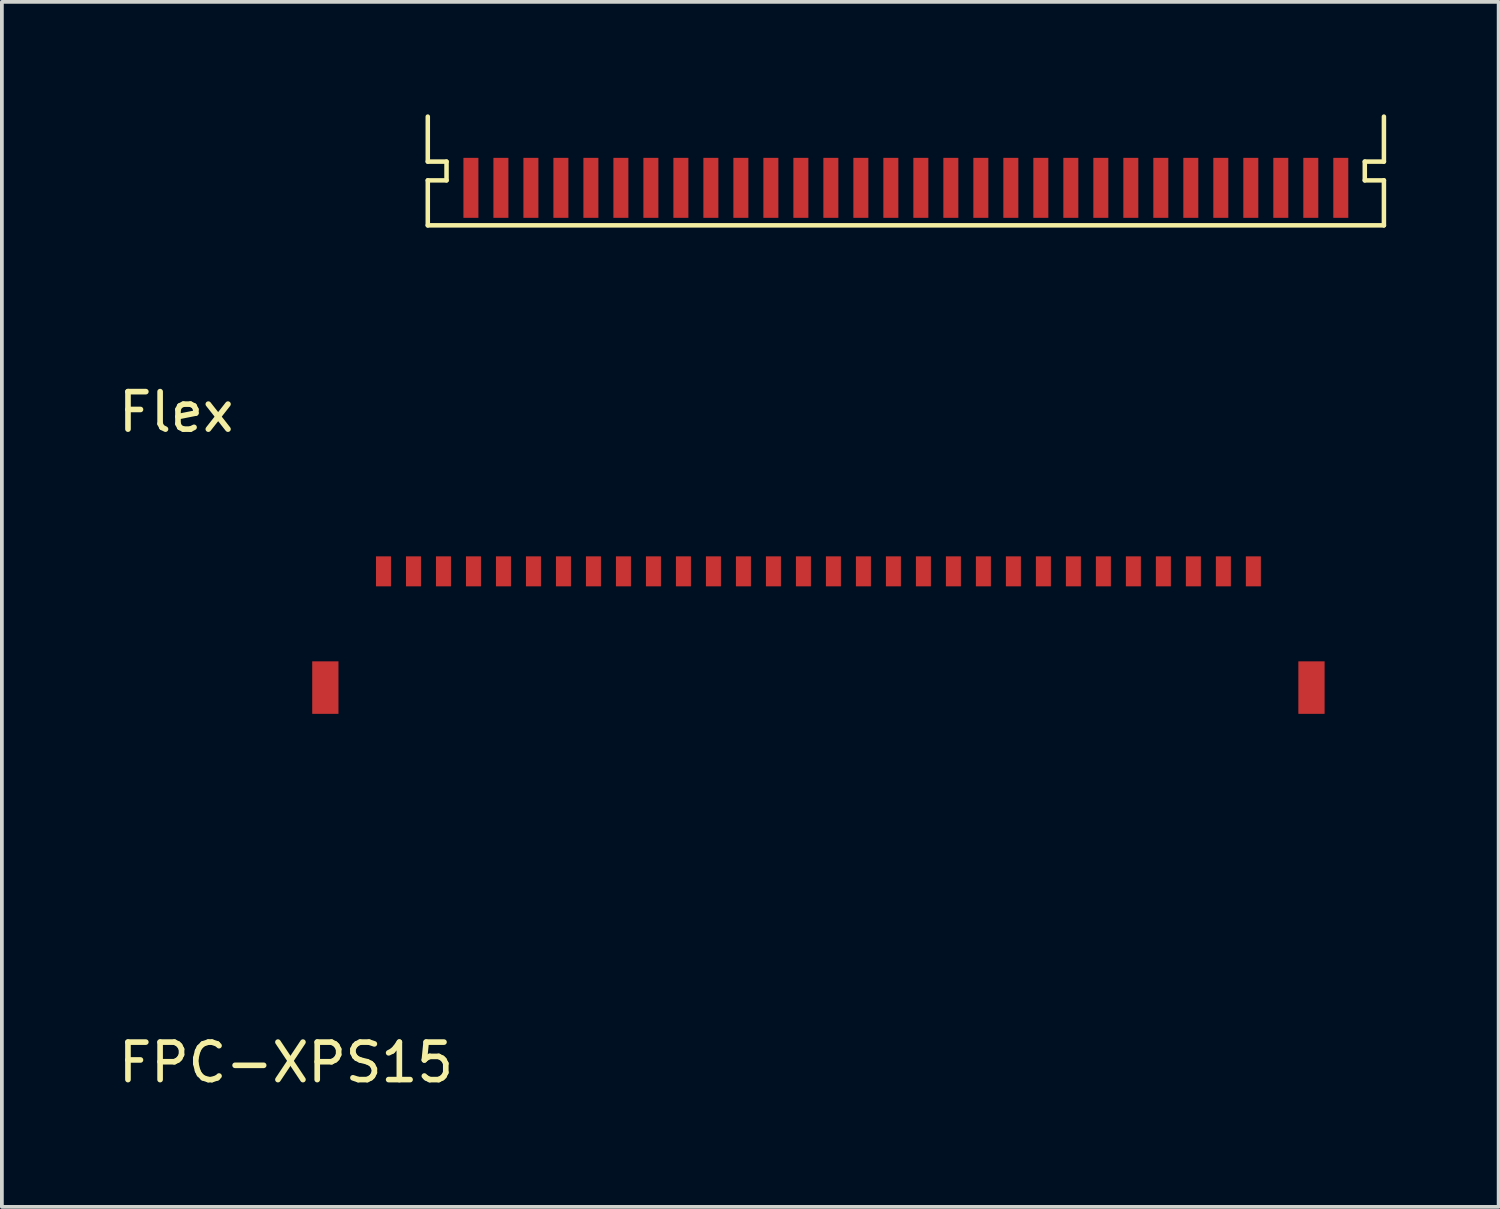
<source format=kicad_pcb>
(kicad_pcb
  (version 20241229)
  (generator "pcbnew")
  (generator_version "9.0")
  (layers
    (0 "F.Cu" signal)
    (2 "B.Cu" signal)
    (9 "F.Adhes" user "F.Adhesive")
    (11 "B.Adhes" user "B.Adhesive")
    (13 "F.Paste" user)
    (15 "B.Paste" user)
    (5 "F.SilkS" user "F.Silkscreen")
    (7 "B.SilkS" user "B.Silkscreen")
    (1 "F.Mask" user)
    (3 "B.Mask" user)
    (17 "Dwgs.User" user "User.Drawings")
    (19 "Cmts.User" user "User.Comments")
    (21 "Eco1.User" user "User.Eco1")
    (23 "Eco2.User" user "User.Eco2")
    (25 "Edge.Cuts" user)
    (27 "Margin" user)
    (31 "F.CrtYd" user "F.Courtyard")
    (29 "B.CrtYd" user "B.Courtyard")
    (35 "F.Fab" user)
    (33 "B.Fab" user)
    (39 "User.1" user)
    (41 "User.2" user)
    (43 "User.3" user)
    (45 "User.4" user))
  (footprint "Flex"
    (layer "F.Cu")
    (at 9.309 2.76)
    (property "Reference" "Flex" (at -7.66 5.18 0) (layer "F.SilkS") (effects (font (size 1 1) (thickness 0.15))))
    (attr through_hole)
    (fp_line (start -0.95 -1.5) (end -0.95 -2.7) (stroke (width 0.12) (type solid)) (layer "F.SilkS"))
    (fp_line (start -0.95 0.2) (end -0.95 -1) (stroke (width 0.12) (type solid)) (layer "F.SilkS"))
    (fp_line (start -0.95 0.2) (end 24.55 0.2) (stroke (width 0.12) (type solid)) (layer "F.SilkS"))
    (fp_line (start -0.45 -1.5) (end -0.95 -1.5) (stroke (width 0.12) (type solid)) (layer "F.SilkS"))
    (fp_line (start -0.45 -1.5) (end -0.45 -1) (stroke (width 0.12) (type solid)) (layer "F.SilkS"))
    (fp_line (start -0.45 -1) (end -0.95 -1) (stroke (width 0.12) (type solid)) (layer "F.SilkS"))
    (fp_line (start 24.04 -1.5) (end 24.55 -1.5) (stroke (width 0.12) (type solid)) (layer "F.SilkS"))
    (fp_line (start 24.04 -1) (end 24.04 -1.5) (stroke (width 0.12) (type solid)) (layer "F.SilkS"))
    (fp_line (start 24.04 -1) (end 24.55 -1) (stroke (width 0.12) (type solid)) (layer "F.SilkS"))
    (fp_line (start 24.55 -2.7) (end 24.55 -1.5) (stroke (width 0.12) (type solid)) (layer "F.SilkS"))
    (fp_line (start 24.55 -1) (end 24.55 0.2) (stroke (width 0.12) (type solid)) (layer "F.SilkS"))
    (pad "1" smd rect (at 0.2 -0.8) (size 0.4 1.6) (layers "F.Cu" "F.Mask" "F.Paste"))
    (pad "2" smd rect (at 1 -0.8) (size 0.4 1.6) (layers "F.Cu" "F.Mask" "F.Paste"))
    (pad "3" smd rect (at 1.8 -0.8) (size 0.4 1.6) (layers "F.Cu" "F.Mask" "F.Paste"))
    (pad "4" smd rect (at 2.6 -0.8) (size 0.4 1.6) (layers "F.Cu" "F.Mask" "F.Paste"))
    (pad "5" smd rect (at 3.4 -0.8) (size 0.4 1.6) (layers "F.Cu" "F.Mask" "F.Paste"))
    (pad "6" smd rect (at 4.2 -0.8) (size 0.4 1.6) (layers "F.Cu" "F.Mask" "F.Paste"))
    (pad "7" smd rect (at 5 -0.8) (size 0.4 1.6) (layers "F.Cu" "F.Mask" "F.Paste"))
    (pad "8" smd rect (at 5.8 -0.8) (size 0.4 1.6) (layers "F.Cu" "F.Mask" "F.Paste"))
    (pad "9" smd rect (at 6.6 -0.8) (size 0.4 1.6) (layers "F.Cu" "F.Mask" "F.Paste"))
    (pad "10" smd rect (at 7.4 -0.8) (size 0.4 1.6) (layers "F.Cu" "F.Mask" "F.Paste"))
    (pad "11" smd rect (at 8.2 -0.8) (size 0.4 1.6) (layers "F.Cu" "F.Mask" "F.Paste"))
    (pad "12" smd rect (at 9 -0.8) (size 0.4 1.6) (layers "F.Cu" "F.Mask" "F.Paste"))
    (pad "13" smd rect (at 9.8 -0.8) (size 0.4 1.6) (layers "F.Cu" "F.Mask" "F.Paste"))
    (pad "14" smd rect (at 10.6 -0.8) (size 0.4 1.6) (layers "F.Cu" "F.Mask" "F.Paste"))
    (pad "15" smd rect (at 11.4 -0.8) (size 0.4 1.6) (layers "F.Cu" "F.Mask" "F.Paste"))
    (pad "16" smd rect (at 12.2 -0.8) (size 0.4 1.6) (layers "F.Cu" "F.Mask" "F.Paste"))
    (pad "17" smd rect (at 13 -0.8) (size 0.4 1.6) (layers "F.Cu" "F.Mask" "F.Paste"))
    (pad "18" smd rect (at 13.8 -0.8) (size 0.4 1.6) (layers "F.Cu" "F.Mask" "F.Paste"))
    (pad "19" smd rect (at 14.6 -0.8) (size 0.4 1.6) (layers "F.Cu" "F.Mask" "F.Paste"))
    (pad "20" smd rect (at 15.4 -0.8) (size 0.4 1.6) (layers "F.Cu" "F.Mask" "F.Paste"))
    (pad "21" smd rect (at 16.2 -0.8) (size 0.4 1.6) (layers "F.Cu" "F.Mask" "F.Paste"))
    (pad "22" smd rect (at 17 -0.8) (size 0.4 1.6) (layers "F.Cu" "F.Mask" "F.Paste"))
    (pad "23" smd rect (at 17.8 -0.8) (size 0.4 1.6) (layers "F.Cu" "F.Mask" "F.Paste"))
    (pad "24" smd rect (at 18.6 -0.8) (size 0.4 1.6) (layers "F.Cu" "F.Mask" "F.Paste"))
    (pad "25" smd rect (at 19.4 -0.8) (size 0.4 1.6) (layers "F.Cu" "F.Mask" "F.Paste"))
    (pad "26" smd rect (at 20.2 -0.8) (size 0.4 1.6) (layers "F.Cu" "F.Mask" "F.Paste"))
    (pad "27" smd rect (at 21 -0.8) (size 0.4 1.6) (layers "F.Cu" "F.Mask" "F.Paste"))
    (pad "28" smd rect (at 21.8 -0.8) (size 0.4 1.6) (layers "F.Cu" "F.Mask" "F.Paste"))
    (pad "29" smd rect (at 22.6 -0.8) (size 0.4 1.6) (layers "F.Cu" "F.Mask" "F.Paste"))
    (pad "30" smd rect (at 23.4 -0.8) (size 0.4 1.6) (layers "F.Cu" "F.Mask" "F.Paste")))
  (footprint "FPC-XPS15"
    (layer "F.Cu")
    (at 6.977 12.588)
    (property "Reference" "FPC-XPS15" (at -2.4 12.7 0) (layer "F.SilkS") (effects (font (size 1 1) (thickness 0.15))))
    (attr through_hole)
    (pad "1" smd rect (at 0.2 -0.4) (size 0.4 0.8) (layers "F.Cu" "F.Mask" "F.Paste"))
    (pad "2" smd rect (at 1 -0.4) (size 0.4 0.8) (layers "F.Cu" "F.Mask" "F.Paste"))
    (pad "3" smd rect (at 1.8 -0.4) (size 0.4 0.8) (layers "F.Cu" "F.Mask" "F.Paste"))
    (pad "4" smd rect (at 2.6 -0.4) (size 0.4 0.8) (layers "F.Cu" "F.Mask" "F.Paste"))
    (pad "5" smd rect (at 3.4 -0.4) (size 0.4 0.8) (layers "F.Cu" "F.Mask" "F.Paste"))
    (pad "6" smd rect (at 4.2 -0.4) (size 0.4 0.8) (layers "F.Cu" "F.Mask" "F.Paste"))
    (pad "7" smd rect (at 5 -0.4) (size 0.4 0.8) (layers "F.Cu" "F.Mask" "F.Paste"))
    (pad "8" smd rect (at 5.8 -0.4) (size 0.4 0.8) (layers "F.Cu" "F.Mask" "F.Paste"))
    (pad "9" smd rect (at 6.6 -0.4) (size 0.4 0.8) (layers "F.Cu" "F.Mask" "F.Paste"))
    (pad "10" smd rect (at 7.4 -0.4) (size 0.4 0.8) (layers "F.Cu" "F.Mask" "F.Paste"))
    (pad "11" smd rect (at 8.2 -0.4) (size 0.4 0.8) (layers "F.Cu" "F.Mask" "F.Paste"))
    (pad "12" smd rect (at 9 -0.4) (size 0.4 0.8) (layers "F.Cu" "F.Mask" "F.Paste"))
    (pad "13" smd rect (at 9.8 -0.4) (size 0.4 0.8) (layers "F.Cu" "F.Mask" "F.Paste"))
    (pad "14" smd rect (at 10.6 -0.4) (size 0.4 0.8) (layers "F.Cu" "F.Mask" "F.Paste"))
    (pad "15" smd rect (at 11.4 -0.4) (size 0.4 0.8) (layers "F.Cu" "F.Mask" "F.Paste"))
    (pad "16" smd rect (at 12.2 -0.4) (size 0.4 0.8) (layers "F.Cu" "F.Mask" "F.Paste"))
    (pad "17" smd rect (at 13 -0.4) (size 0.4 0.8) (layers "F.Cu" "F.Mask" "F.Paste"))
    (pad "18" smd rect (at 13.8 -0.4) (size 0.4 0.8) (layers "F.Cu" "F.Mask" "F.Paste"))
    (pad "19" smd rect (at 14.6 -0.4) (size 0.4 0.8) (layers "F.Cu" "F.Mask" "F.Paste"))
    (pad "20" smd rect (at 15.4 -0.4) (size 0.4 0.8) (layers "F.Cu" "F.Mask" "F.Paste"))
    (pad "21" smd rect (at 16.2 -0.4) (size 0.4 0.8) (layers "F.Cu" "F.Mask" "F.Paste"))
    (pad "22" smd rect (at 17 -0.4) (size 0.4 0.8) (layers "F.Cu" "F.Mask" "F.Paste"))
    (pad "23" smd rect (at 17.8 -0.4) (size 0.4 0.8) (layers "F.Cu" "F.Mask" "F.Paste"))
    (pad "24" smd rect (at 18.6 -0.4) (size 0.4 0.8) (layers "F.Cu" "F.Mask" "F.Paste"))
    (pad "25" smd rect (at 19.4 -0.4) (size 0.4 0.8) (layers "F.Cu" "F.Mask" "F.Paste"))
    (pad "26" smd rect (at 20.2 -0.4) (size 0.4 0.8) (layers "F.Cu" "F.Mask" "F.Paste"))
    (pad "27" smd rect (at 21 -0.4) (size 0.4 0.8) (layers "F.Cu" "F.Mask" "F.Paste"))
    (pad "28" smd rect (at 21.8 -0.4) (size 0.4 0.8) (layers "F.Cu" "F.Mask" "F.Paste"))
    (pad "29" smd rect (at 22.6 -0.4) (size 0.4 0.8) (layers "F.Cu" "F.Mask" "F.Paste"))
    (pad "30" smd rect (at 23.4 -0.4) (size 0.4 0.8) (layers "F.Cu" "F.Mask" "F.Paste"))
    (pad "31" smd rect (at -1.35 2.7 90) (size 1.4 0.7) (layers "F.Cu" "F.Mask" "F.Paste"))
    (pad "31" smd rect (at 24.95 2.7 90) (size 1.4 0.7) (layers "F.Cu" "F.Mask" "F.Paste")))
  (gr_rect
    (start -3 -3)
    (end 36.919 29.137)
    (stroke (width 0.1) (type default))
    (fill no)
    (layer "Edge.Cuts")))
</source>
